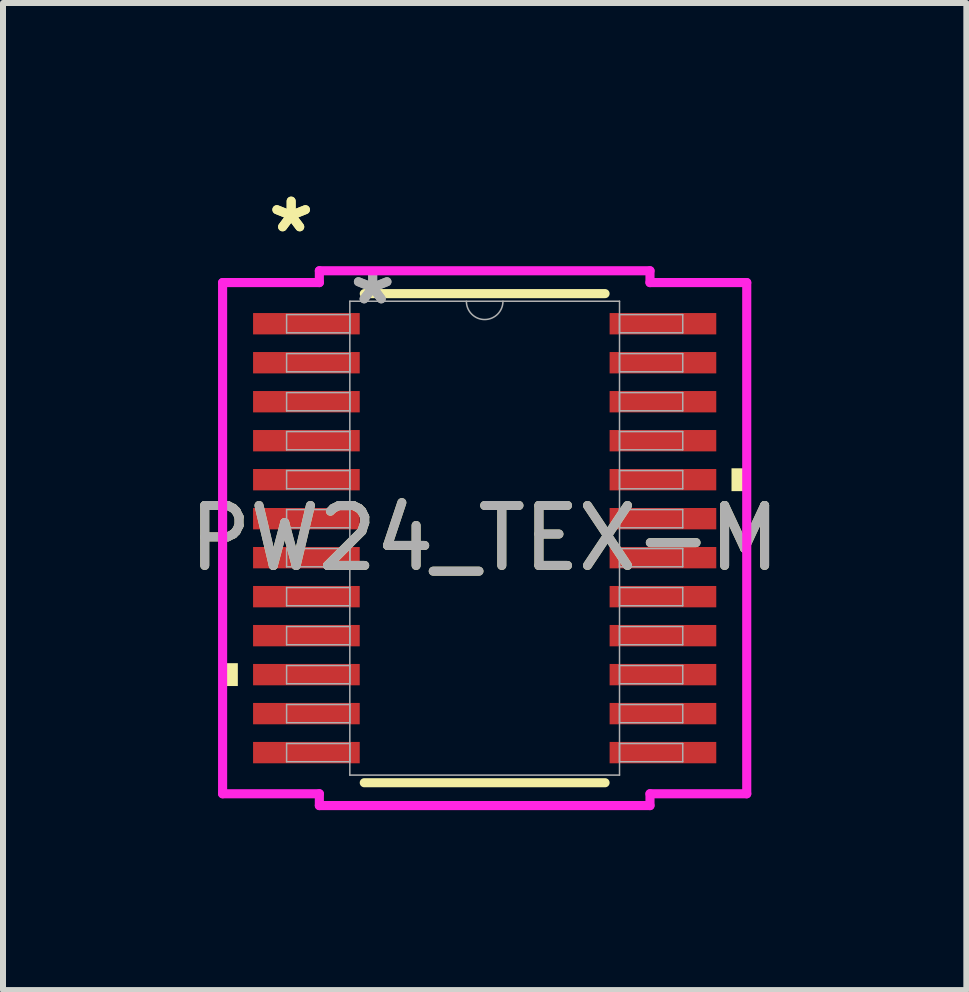
<source format=kicad_pcb>
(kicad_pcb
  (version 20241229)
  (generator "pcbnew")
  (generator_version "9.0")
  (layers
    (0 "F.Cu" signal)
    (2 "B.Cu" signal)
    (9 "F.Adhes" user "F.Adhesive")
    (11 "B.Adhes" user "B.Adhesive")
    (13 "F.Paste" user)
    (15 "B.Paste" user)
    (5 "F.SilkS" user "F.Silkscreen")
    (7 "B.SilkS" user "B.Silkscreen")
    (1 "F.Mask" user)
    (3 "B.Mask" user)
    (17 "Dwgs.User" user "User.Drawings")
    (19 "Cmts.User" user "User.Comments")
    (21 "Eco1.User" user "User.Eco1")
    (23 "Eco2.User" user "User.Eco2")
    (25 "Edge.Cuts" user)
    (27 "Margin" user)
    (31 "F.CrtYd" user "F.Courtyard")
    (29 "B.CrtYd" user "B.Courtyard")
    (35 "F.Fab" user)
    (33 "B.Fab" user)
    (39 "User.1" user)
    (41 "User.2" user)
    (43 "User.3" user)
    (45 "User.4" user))
  (footprint "PW24_TEX-M"
    (layer "F.Cu")
    (at 5.03 5.922)
    (property "Reference" "PW24_TEX-M" (at 0 0 0) (unlocked yes) (layer "F.SilkS") (effects (font (size 1 1) (thickness 0.15))))
    (attr smd)
    (fp_line (start -2.007 4.077) (end 2.007 4.077) (stroke (width 0.152) (type solid)) (layer "F.SilkS"))
    (fp_line (start 2.007 -4.077) (end -2.007 -4.077) (stroke (width 0.152) (type solid)) (layer "F.SilkS"))
    (fp_poly (pts (xy -4.369 2.084) (xy -4.369 2.465) (xy -4.115 2.465) (xy -4.115 2.084)) (stroke (width 0) (type solid)) (fill yes) (layer "F.SilkS"))
    (fp_poly (pts (xy 4.369 -1.165) (xy 4.369 -0.784) (xy 4.115 -0.784) (xy 4.115 -1.165)) (stroke (width 0) (type solid)) (fill yes) (layer "F.SilkS"))
    (fp_line (start -4.369 -4.261) (end -2.756 -4.261) (stroke (width 0.152) (type solid)) (layer "F.CrtYd"))
    (fp_line (start -4.369 4.261) (end -4.369 -4.261) (stroke (width 0.152) (type solid)) (layer "F.CrtYd"))
    (fp_line (start -4.369 4.261) (end -2.756 4.261) (stroke (width 0.152) (type solid)) (layer "F.CrtYd"))
    (fp_line (start -2.756 -4.458) (end 2.756 -4.458) (stroke (width 0.152) (type solid)) (layer "F.CrtYd"))
    (fp_line (start -2.756 -4.261) (end -2.756 -4.458) (stroke (width 0.152) (type solid)) (layer "F.CrtYd"))
    (fp_line (start -2.756 4.458) (end -2.756 4.261) (stroke (width 0.152) (type solid)) (layer "F.CrtYd"))
    (fp_line (start 2.756 -4.458) (end 2.756 -4.261) (stroke (width 0.152) (type solid)) (layer "F.CrtYd"))
    (fp_line (start 2.756 4.261) (end 2.756 4.458) (stroke (width 0.152) (type solid)) (layer "F.CrtYd"))
    (fp_line (start 2.756 4.458) (end -2.756 4.458) (stroke (width 0.152) (type solid)) (layer "F.CrtYd"))
    (fp_line (start 4.369 -4.261) (end 2.756 -4.261) (stroke (width 0.152) (type solid)) (layer "F.CrtYd"))
    (fp_line (start 4.369 -4.261) (end 4.369 4.261) (stroke (width 0.152) (type solid)) (layer "F.CrtYd"))
    (fp_line (start 4.369 4.261) (end 2.756 4.261) (stroke (width 0.152) (type solid)) (layer "F.CrtYd"))
    (fp_line (start -3.302 -3.727) (end -3.302 -3.423) (stroke (width 0.025) (type solid)) (layer "F.Fab"))
    (fp_line (start -3.302 -3.423) (end -2.248 -3.423) (stroke (width 0.025) (type solid)) (layer "F.Fab"))
    (fp_line (start -3.302 -3.077) (end -3.302 -2.773) (stroke (width 0.025) (type solid)) (layer "F.Fab"))
    (fp_line (start -3.302 -2.773) (end -2.248 -2.773) (stroke (width 0.025) (type solid)) (layer "F.Fab"))
    (fp_line (start -3.302 -2.427) (end -3.302 -2.123) (stroke (width 0.025) (type solid)) (layer "F.Fab"))
    (fp_line (start -3.302 -2.123) (end -2.248 -2.123) (stroke (width 0.025) (type solid)) (layer "F.Fab"))
    (fp_line (start -3.302 -1.777) (end -3.302 -1.473) (stroke (width 0.025) (type solid)) (layer "F.Fab"))
    (fp_line (start -3.302 -1.473) (end -2.248 -1.473) (stroke (width 0.025) (type solid)) (layer "F.Fab"))
    (fp_line (start -3.302 -1.127) (end -3.302 -0.823) (stroke (width 0.025) (type solid)) (layer "F.Fab"))
    (fp_line (start -3.302 -0.823) (end -2.248 -0.823) (stroke (width 0.025) (type solid)) (layer "F.Fab"))
    (fp_line (start -3.302 -0.477) (end -3.302 -0.173) (stroke (width 0.025) (type solid)) (layer "F.Fab"))
    (fp_line (start -3.302 -0.173) (end -2.248 -0.173) (stroke (width 0.025) (type solid)) (layer "F.Fab"))
    (fp_line (start -3.302 0.173) (end -3.302 0.477) (stroke (width 0.025) (type solid)) (layer "F.Fab"))
    (fp_line (start -3.302 0.477) (end -2.248 0.477) (stroke (width 0.025) (type solid)) (layer "F.Fab"))
    (fp_line (start -3.302 0.823) (end -3.302 1.127) (stroke (width 0.025) (type solid)) (layer "F.Fab"))
    (fp_line (start -3.302 1.127) (end -2.248 1.127) (stroke (width 0.025) (type solid)) (layer "F.Fab"))
    (fp_line (start -3.302 1.473) (end -3.302 1.777) (stroke (width 0.025) (type solid)) (layer "F.Fab"))
    (fp_line (start -3.302 1.777) (end -2.248 1.777) (stroke (width 0.025) (type solid)) (layer "F.Fab"))
    (fp_line (start -3.302 2.123) (end -3.302 2.427) (stroke (width 0.025) (type solid)) (layer "F.Fab"))
    (fp_line (start -3.302 2.427) (end -2.248 2.427) (stroke (width 0.025) (type solid)) (layer "F.Fab"))
    (fp_line (start -3.302 2.773) (end -3.302 3.077) (stroke (width 0.025) (type solid)) (layer "F.Fab"))
    (fp_line (start -3.302 3.077) (end -2.248 3.077) (stroke (width 0.025) (type solid)) (layer "F.Fab"))
    (fp_line (start -3.302 3.423) (end -3.302 3.727) (stroke (width 0.025) (type solid)) (layer "F.Fab"))
    (fp_line (start -3.302 3.727) (end -2.248 3.727) (stroke (width 0.025) (type solid)) (layer "F.Fab"))
    (fp_line (start -2.248 -3.95) (end -2.248 3.95) (stroke (width 0.025) (type solid)) (layer "F.Fab"))
    (fp_line (start -2.248 -3.727) (end -3.302 -3.727) (stroke (width 0.025) (type solid)) (layer "F.Fab"))
    (fp_line (start -2.248 -3.423) (end -2.248 -3.727) (stroke (width 0.025) (type solid)) (layer "F.Fab"))
    (fp_line (start -2.248 -3.077) (end -3.302 -3.077) (stroke (width 0.025) (type solid)) (layer "F.Fab"))
    (fp_line (start -2.248 -2.773) (end -2.248 -3.077) (stroke (width 0.025) (type solid)) (layer "F.Fab"))
    (fp_line (start -2.248 -2.427) (end -3.302 -2.427) (stroke (width 0.025) (type solid)) (layer "F.Fab"))
    (fp_line (start -2.248 -2.123) (end -2.248 -2.427) (stroke (width 0.025) (type solid)) (layer "F.Fab"))
    (fp_line (start -2.248 -1.777) (end -3.302 -1.777) (stroke (width 0.025) (type solid)) (layer "F.Fab"))
    (fp_line (start -2.248 -1.473) (end -2.248 -1.777) (stroke (width 0.025) (type solid)) (layer "F.Fab"))
    (fp_line (start -2.248 -1.127) (end -3.302 -1.127) (stroke (width 0.025) (type solid)) (layer "F.Fab"))
    (fp_line (start -2.248 -0.823) (end -2.248 -1.127) (stroke (width 0.025) (type solid)) (layer "F.Fab"))
    (fp_line (start -2.248 -0.477) (end -3.302 -0.477) (stroke (width 0.025) (type solid)) (layer "F.Fab"))
    (fp_line (start -2.248 -0.173) (end -2.248 -0.477) (stroke (width 0.025) (type solid)) (layer "F.Fab"))
    (fp_line (start -2.248 0.173) (end -3.302 0.173) (stroke (width 0.025) (type solid)) (layer "F.Fab"))
    (fp_line (start -2.248 0.477) (end -2.248 0.173) (stroke (width 0.025) (type solid)) (layer "F.Fab"))
    (fp_line (start -2.248 0.823) (end -3.302 0.823) (stroke (width 0.025) (type solid)) (layer "F.Fab"))
    (fp_line (start -2.248 1.127) (end -2.248 0.823) (stroke (width 0.025) (type solid)) (layer "F.Fab"))
    (fp_line (start -2.248 1.473) (end -3.302 1.473) (stroke (width 0.025) (type solid)) (layer "F.Fab"))
    (fp_line (start -2.248 1.777) (end -2.248 1.473) (stroke (width 0.025) (type solid)) (layer "F.Fab"))
    (fp_line (start -2.248 2.123) (end -3.302 2.123) (stroke (width 0.025) (type solid)) (layer "F.Fab"))
    (fp_line (start -2.248 2.427) (end -2.248 2.123) (stroke (width 0.025) (type solid)) (layer "F.Fab"))
    (fp_line (start -2.248 2.773) (end -3.302 2.773) (stroke (width 0.025) (type solid)) (layer "F.Fab"))
    (fp_line (start -2.248 3.077) (end -2.248 2.773) (stroke (width 0.025) (type solid)) (layer "F.Fab"))
    (fp_line (start -2.248 3.423) (end -3.302 3.423) (stroke (width 0.025) (type solid)) (layer "F.Fab"))
    (fp_line (start -2.248 3.727) (end -2.248 3.423) (stroke (width 0.025) (type solid)) (layer "F.Fab"))
    (fp_line (start -2.248 3.95) (end 2.248 3.95) (stroke (width 0.025) (type solid)) (layer "F.Fab"))
    (fp_line (start 2.248 -3.95) (end -2.248 -3.95) (stroke (width 0.025) (type solid)) (layer "F.Fab"))
    (fp_line (start 2.248 -3.727) (end 2.248 -3.423) (stroke (width 0.025) (type solid)) (layer "F.Fab"))
    (fp_line (start 2.248 -3.423) (end 3.302 -3.423) (stroke (width 0.025) (type solid)) (layer "F.Fab"))
    (fp_line (start 2.248 -3.077) (end 2.248 -2.773) (stroke (width 0.025) (type solid)) (layer "F.Fab"))
    (fp_line (start 2.248 -2.773) (end 3.302 -2.773) (stroke (width 0.025) (type solid)) (layer "F.Fab"))
    (fp_line (start 2.248 -2.427) (end 2.248 -2.123) (stroke (width 0.025) (type solid)) (layer "F.Fab"))
    (fp_line (start 2.248 -2.123) (end 3.302 -2.123) (stroke (width 0.025) (type solid)) (layer "F.Fab"))
    (fp_line (start 2.248 -1.777) (end 2.248 -1.473) (stroke (width 0.025) (type solid)) (layer "F.Fab"))
    (fp_line (start 2.248 -1.473) (end 3.302 -1.473) (stroke (width 0.025) (type solid)) (layer "F.Fab"))
    (fp_line (start 2.248 -1.127) (end 2.248 -0.823) (stroke (width 0.025) (type solid)) (layer "F.Fab"))
    (fp_line (start 2.248 -0.823) (end 3.302 -0.823) (stroke (width 0.025) (type solid)) (layer "F.Fab"))
    (fp_line (start 2.248 -0.477) (end 2.248 -0.173) (stroke (width 0.025) (type solid)) (layer "F.Fab"))
    (fp_line (start 2.248 -0.173) (end 3.302 -0.173) (stroke (width 0.025) (type solid)) (layer "F.Fab"))
    (fp_line (start 2.248 0.173) (end 2.248 0.477) (stroke (width 0.025) (type solid)) (layer "F.Fab"))
    (fp_line (start 2.248 0.477) (end 3.302 0.477) (stroke (width 0.025) (type solid)) (layer "F.Fab"))
    (fp_line (start 2.248 0.823) (end 2.248 1.127) (stroke (width 0.025) (type solid)) (layer "F.Fab"))
    (fp_line (start 2.248 1.127) (end 3.302 1.127) (stroke (width 0.025) (type solid)) (layer "F.Fab"))
    (fp_line (start 2.248 1.473) (end 2.248 1.777) (stroke (width 0.025) (type solid)) (layer "F.Fab"))
    (fp_line (start 2.248 1.777) (end 3.302 1.777) (stroke (width 0.025) (type solid)) (layer "F.Fab"))
    (fp_line (start 2.248 2.123) (end 2.248 2.427) (stroke (width 0.025) (type solid)) (layer "F.Fab"))
    (fp_line (start 2.248 2.427) (end 3.302 2.427) (stroke (width 0.025) (type solid)) (layer "F.Fab"))
    (fp_line (start 2.248 2.773) (end 2.248 3.077) (stroke (width 0.025) (type solid)) (layer "F.Fab"))
    (fp_line (start 2.248 3.077) (end 3.302 3.077) (stroke (width 0.025) (type solid)) (layer "F.Fab"))
    (fp_line (start 2.248 3.423) (end 2.248 3.727) (stroke (width 0.025) (type solid)) (layer "F.Fab"))
    (fp_line (start 2.248 3.727) (end 3.302 3.727) (stroke (width 0.025) (type solid)) (layer "F.Fab"))
    (fp_line (start 2.248 3.95) (end 2.248 -3.95) (stroke (width 0.025) (type solid)) (layer "F.Fab"))
    (fp_line (start 3.302 -3.727) (end 2.248 -3.727) (stroke (width 0.025) (type solid)) (layer "F.Fab"))
    (fp_line (start 3.302 -3.423) (end 3.302 -3.727) (stroke (width 0.025) (type solid)) (layer "F.Fab"))
    (fp_line (start 3.302 -3.077) (end 2.248 -3.077) (stroke (width 0.025) (type solid)) (layer "F.Fab"))
    (fp_line (start 3.302 -2.773) (end 3.302 -3.077) (stroke (width 0.025) (type solid)) (layer "F.Fab"))
    (fp_line (start 3.302 -2.427) (end 2.248 -2.427) (stroke (width 0.025) (type solid)) (layer "F.Fab"))
    (fp_line (start 3.302 -2.123) (end 3.302 -2.427) (stroke (width 0.025) (type solid)) (layer "F.Fab"))
    (fp_line (start 3.302 -1.777) (end 2.248 -1.777) (stroke (width 0.025) (type solid)) (layer "F.Fab"))
    (fp_line (start 3.302 -1.473) (end 3.302 -1.777) (stroke (width 0.025) (type solid)) (layer "F.Fab"))
    (fp_line (start 3.302 -1.127) (end 2.248 -1.127) (stroke (width 0.025) (type solid)) (layer "F.Fab"))
    (fp_line (start 3.302 -0.823) (end 3.302 -1.127) (stroke (width 0.025) (type solid)) (layer "F.Fab"))
    (fp_line (start 3.302 -0.477) (end 2.248 -0.477) (stroke (width 0.025) (type solid)) (layer "F.Fab"))
    (fp_line (start 3.302 -0.173) (end 3.302 -0.477) (stroke (width 0.025) (type solid)) (layer "F.Fab"))
    (fp_line (start 3.302 0.173) (end 2.248 0.173) (stroke (width 0.025) (type solid)) (layer "F.Fab"))
    (fp_line (start 3.302 0.477) (end 3.302 0.173) (stroke (width 0.025) (type solid)) (layer "F.Fab"))
    (fp_line (start 3.302 0.823) (end 2.248 0.823) (stroke (width 0.025) (type solid)) (layer "F.Fab"))
    (fp_line (start 3.302 1.127) (end 3.302 0.823) (stroke (width 0.025) (type solid)) (layer "F.Fab"))
    (fp_line (start 3.302 1.473) (end 2.248 1.473) (stroke (width 0.025) (type solid)) (layer "F.Fab"))
    (fp_line (start 3.302 1.777) (end 3.302 1.473) (stroke (width 0.025) (type solid)) (layer "F.Fab"))
    (fp_line (start 3.302 2.123) (end 2.248 2.123) (stroke (width 0.025) (type solid)) (layer "F.Fab"))
    (fp_line (start 3.302 2.427) (end 3.302 2.123) (stroke (width 0.025) (type solid)) (layer "F.Fab"))
    (fp_line (start 3.302 2.773) (end 2.248 2.773) (stroke (width 0.025) (type solid)) (layer "F.Fab"))
    (fp_line (start 3.302 3.077) (end 3.302 2.773) (stroke (width 0.025) (type solid)) (layer "F.Fab"))
    (fp_line (start 3.302 3.423) (end 2.248 3.423) (stroke (width 0.025) (type solid)) (layer "F.Fab"))
    (fp_line (start 3.302 3.727) (end 3.302 3.423) (stroke (width 0.025) (type solid)) (layer "F.Fab"))
    (fp_arc (start 0.3048 -3.9497) (mid 0 -3.6449) (end -0.3048 -3.9497) (stroke (width 0.0254) (type solid)) (layer "F.Fab"))
    (fp_text user "*" (at -3.226 -5.074 0) (layer "F.SilkS") (effects (font (size 1 1) (thickness 0.15))))
    (fp_text user "*" (at -3.226 -5.074 0) (unlocked yes) (layer "F.SilkS") (effects (font (size 1 1) (thickness 0.15))))
    (fp_text user "*" (at -1.867 -3.873 0) (layer "F.Fab") (effects (font (size 1 1) (thickness 0.15))))
    (fp_text user "*" (at -1.867 -3.873 0) (unlocked yes) (layer "F.Fab") (effects (font (size 1 1) (thickness 0.15))))
    (fp_text user "${REFERENCE}" (at 0 0 0) (unlocked yes) (layer "F.Fab") (effects (font (size 1 1) (thickness 0.15))))
    (pad "1" smd rect (at -2.972 -3.575) (size 1.778 0.356) (layers "F.Cu" "F.Mask" "F.Paste"))
    (pad "2" smd rect (at -2.972 -2.925) (size 1.778 0.356) (layers "F.Cu" "F.Mask" "F.Paste"))
    (pad "3" smd rect (at -2.972 -2.275) (size 1.778 0.356) (layers "F.Cu" "F.Mask" "F.Paste"))
    (pad "4" smd rect (at -2.972 -1.625) (size 1.778 0.356) (layers "F.Cu" "F.Mask" "F.Paste"))
    (pad "5" smd rect (at -2.972 -0.975) (size 1.778 0.356) (layers "F.Cu" "F.Mask" "F.Paste"))
    (pad "6" smd rect (at -2.972 -0.325) (size 1.778 0.356) (layers "F.Cu" "F.Mask" "F.Paste"))
    (pad "7" smd rect (at -2.972 0.325) (size 1.778 0.356) (layers "F.Cu" "F.Mask" "F.Paste"))
    (pad "8" smd rect (at -2.972 0.975) (size 1.778 0.356) (layers "F.Cu" "F.Mask" "F.Paste"))
    (pad "9" smd rect (at -2.972 1.625) (size 1.778 0.356) (layers "F.Cu" "F.Mask" "F.Paste"))
    (pad "10" smd rect (at -2.972 2.275) (size 1.778 0.356) (layers "F.Cu" "F.Mask" "F.Paste"))
    (pad "11" smd rect (at -2.972 2.925) (size 1.778 0.356) (layers "F.Cu" "F.Mask" "F.Paste"))
    (pad "12" smd rect (at -2.972 3.575) (size 1.778 0.356) (layers "F.Cu" "F.Mask" "F.Paste"))
    (pad "13" smd rect (at 2.972 3.575) (size 1.778 0.356) (layers "F.Cu" "F.Mask" "F.Paste"))
    (pad "14" smd rect (at 2.972 2.925) (size 1.778 0.356) (layers "F.Cu" "F.Mask" "F.Paste"))
    (pad "15" smd rect (at 2.972 2.275) (size 1.778 0.356) (layers "F.Cu" "F.Mask" "F.Paste"))
    (pad "16" smd rect (at 2.972 1.625) (size 1.778 0.356) (layers "F.Cu" "F.Mask" "F.Paste"))
    (pad "17" smd rect (at 2.972 0.975) (size 1.778 0.356) (layers "F.Cu" "F.Mask" "F.Paste"))
    (pad "18" smd rect (at 2.972 0.325) (size 1.778 0.356) (layers "F.Cu" "F.Mask" "F.Paste"))
    (pad "19" smd rect (at 2.972 -0.325) (size 1.778 0.356) (layers "F.Cu" "F.Mask" "F.Paste"))
    (pad "20" smd rect (at 2.972 -0.975) (size 1.778 0.356) (layers "F.Cu" "F.Mask" "F.Paste"))
    (pad "21" smd rect (at 2.972 -1.625) (size 1.778 0.356) (layers "F.Cu" "F.Mask" "F.Paste"))
    (pad "22" smd rect (at 2.972 -2.275) (size 1.778 0.356) (layers "F.Cu" "F.Mask" "F.Paste"))
    (pad "23" smd rect (at 2.972 -2.925) (size 1.778 0.356) (layers "F.Cu" "F.Mask" "F.Paste"))
    (pad "24" smd rect (at 2.972 -3.575) (size 1.778 0.356) (layers "F.Cu" "F.Mask" "F.Paste")))
  (gr_rect
    (start -3 -3)
    (end 13.06 13.456)
    (stroke (width 0.1) (type default))
    (fill no)
    (layer "Edge.Cuts")))
</source>
